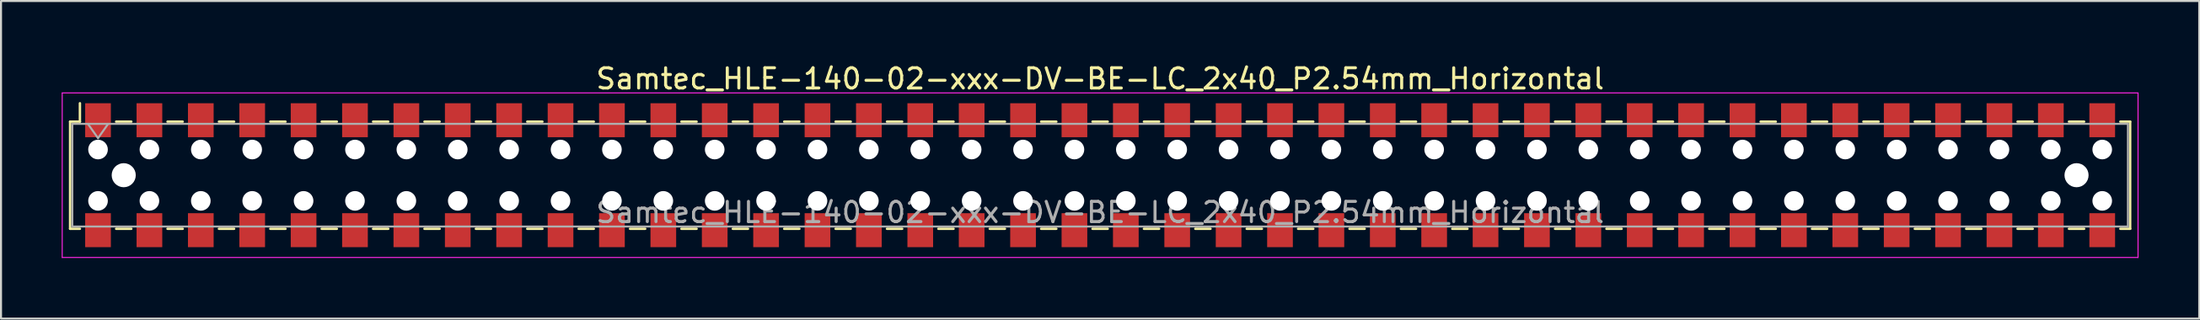
<source format=kicad_pcb>
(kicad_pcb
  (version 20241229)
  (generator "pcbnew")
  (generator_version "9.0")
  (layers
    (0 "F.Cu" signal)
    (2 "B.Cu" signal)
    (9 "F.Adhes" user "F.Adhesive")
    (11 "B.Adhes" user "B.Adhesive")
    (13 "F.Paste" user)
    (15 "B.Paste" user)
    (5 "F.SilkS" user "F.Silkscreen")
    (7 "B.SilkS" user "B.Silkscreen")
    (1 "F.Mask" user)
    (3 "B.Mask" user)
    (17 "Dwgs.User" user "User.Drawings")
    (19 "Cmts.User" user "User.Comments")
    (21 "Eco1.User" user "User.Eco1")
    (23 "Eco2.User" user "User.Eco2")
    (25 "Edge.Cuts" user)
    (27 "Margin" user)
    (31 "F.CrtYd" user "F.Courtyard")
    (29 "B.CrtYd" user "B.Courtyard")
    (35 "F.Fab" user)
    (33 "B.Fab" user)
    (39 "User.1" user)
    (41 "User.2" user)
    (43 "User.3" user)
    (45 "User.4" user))
  (footprint "Samtec_HLE-140-02-xxx-DV-BE-LC_2x40_P2.54mm_Horizontal"
    (layer "F.Cu")
    (at 51.325 5.618)
    (property "Reference" "Samtec_HLE-140-02-xxx-DV-BE-LC_2x40_P2.54mm_Horizontal" (at 0 -4.77 0) (layer "F.SilkS") (effects (font (size 1 1) (thickness 0.15))))
    (attr smd)
    (fp_line (start -50.91 -2.65) (end -50.91 2.65) (stroke (width 0.12) (type solid)) (layer "F.SilkS"))
    (fp_line (start -50.91 2.65) (end -50.425 2.65) (stroke (width 0.12) (type solid)) (layer "F.SilkS"))
    (fp_line (start -50.425 -3.56) (end -50.425 -2.65) (stroke (width 0.12) (type solid)) (layer "F.SilkS"))
    (fp_line (start -50.425 -2.65) (end -50.91 -2.65) (stroke (width 0.12) (type solid)) (layer "F.SilkS"))
    (fp_line (start -48.635 -2.65) (end -47.885 -2.65) (stroke (width 0.12) (type solid)) (layer "F.SilkS"))
    (fp_line (start -48.635 2.65) (end -47.885 2.65) (stroke (width 0.12) (type solid)) (layer "F.SilkS"))
    (fp_line (start -46.095 -2.65) (end -45.345 -2.65) (stroke (width 0.12) (type solid)) (layer "F.SilkS"))
    (fp_line (start -46.095 2.65) (end -45.345 2.65) (stroke (width 0.12) (type solid)) (layer "F.SilkS"))
    (fp_line (start -43.555 -2.65) (end -42.805 -2.65) (stroke (width 0.12) (type solid)) (layer "F.SilkS"))
    (fp_line (start -43.555 2.65) (end -42.805 2.65) (stroke (width 0.12) (type solid)) (layer "F.SilkS"))
    (fp_line (start -41.015 -2.65) (end -40.265 -2.65) (stroke (width 0.12) (type solid)) (layer "F.SilkS"))
    (fp_line (start -41.015 2.65) (end -40.265 2.65) (stroke (width 0.12) (type solid)) (layer "F.SilkS"))
    (fp_line (start -38.475 -2.65) (end -37.725 -2.65) (stroke (width 0.12) (type solid)) (layer "F.SilkS"))
    (fp_line (start -38.475 2.65) (end -37.725 2.65) (stroke (width 0.12) (type solid)) (layer "F.SilkS"))
    (fp_line (start -35.935 -2.65) (end -35.185 -2.65) (stroke (width 0.12) (type solid)) (layer "F.SilkS"))
    (fp_line (start -35.935 2.65) (end -35.185 2.65) (stroke (width 0.12) (type solid)) (layer "F.SilkS"))
    (fp_line (start -33.395 -2.65) (end -32.645 -2.65) (stroke (width 0.12) (type solid)) (layer "F.SilkS"))
    (fp_line (start -33.395 2.65) (end -32.645 2.65) (stroke (width 0.12) (type solid)) (layer "F.SilkS"))
    (fp_line (start -30.855 -2.65) (end -30.105 -2.65) (stroke (width 0.12) (type solid)) (layer "F.SilkS"))
    (fp_line (start -30.855 2.65) (end -30.105 2.65) (stroke (width 0.12) (type solid)) (layer "F.SilkS"))
    (fp_line (start -28.315 -2.65) (end -27.565 -2.65) (stroke (width 0.12) (type solid)) (layer "F.SilkS"))
    (fp_line (start -28.315 2.65) (end -27.565 2.65) (stroke (width 0.12) (type solid)) (layer "F.SilkS"))
    (fp_line (start -25.775 -2.65) (end -25.025 -2.65) (stroke (width 0.12) (type solid)) (layer "F.SilkS"))
    (fp_line (start -25.775 2.65) (end -25.025 2.65) (stroke (width 0.12) (type solid)) (layer "F.SilkS"))
    (fp_line (start -23.235 -2.65) (end -22.485 -2.65) (stroke (width 0.12) (type solid)) (layer "F.SilkS"))
    (fp_line (start -23.235 2.65) (end -22.485 2.65) (stroke (width 0.12) (type solid)) (layer "F.SilkS"))
    (fp_line (start -20.695 -2.65) (end -19.945 -2.65) (stroke (width 0.12) (type solid)) (layer "F.SilkS"))
    (fp_line (start -20.695 2.65) (end -19.945 2.65) (stroke (width 0.12) (type solid)) (layer "F.SilkS"))
    (fp_line (start -18.155 -2.65) (end -17.405 -2.65) (stroke (width 0.12) (type solid)) (layer "F.SilkS"))
    (fp_line (start -18.155 2.65) (end -17.405 2.65) (stroke (width 0.12) (type solid)) (layer "F.SilkS"))
    (fp_line (start -15.615 -2.65) (end -14.865 -2.65) (stroke (width 0.12) (type solid)) (layer "F.SilkS"))
    (fp_line (start -15.615 2.65) (end -14.865 2.65) (stroke (width 0.12) (type solid)) (layer "F.SilkS"))
    (fp_line (start -13.075 -2.65) (end -12.325 -2.65) (stroke (width 0.12) (type solid)) (layer "F.SilkS"))
    (fp_line (start -13.075 2.65) (end -12.325 2.65) (stroke (width 0.12) (type solid)) (layer "F.SilkS"))
    (fp_line (start -10.535 -2.65) (end -9.785 -2.65) (stroke (width 0.12) (type solid)) (layer "F.SilkS"))
    (fp_line (start -10.535 2.65) (end -9.785 2.65) (stroke (width 0.12) (type solid)) (layer "F.SilkS"))
    (fp_line (start -7.995 -2.65) (end -7.245 -2.65) (stroke (width 0.12) (type solid)) (layer "F.SilkS"))
    (fp_line (start -7.995 2.65) (end -7.245 2.65) (stroke (width 0.12) (type solid)) (layer "F.SilkS"))
    (fp_line (start -5.455 -2.65) (end -4.705 -2.65) (stroke (width 0.12) (type solid)) (layer "F.SilkS"))
    (fp_line (start -5.455 2.65) (end -4.705 2.65) (stroke (width 0.12) (type solid)) (layer "F.SilkS"))
    (fp_line (start -2.915 -2.65) (end -2.165 -2.65) (stroke (width 0.12) (type solid)) (layer "F.SilkS"))
    (fp_line (start -2.915 2.65) (end -2.165 2.65) (stroke (width 0.12) (type solid)) (layer "F.SilkS"))
    (fp_line (start -0.375 -2.65) (end 0.375 -2.65) (stroke (width 0.12) (type solid)) (layer "F.SilkS"))
    (fp_line (start -0.375 2.65) (end 0.375 2.65) (stroke (width 0.12) (type solid)) (layer "F.SilkS"))
    (fp_line (start 2.165 -2.65) (end 2.915 -2.65) (stroke (width 0.12) (type solid)) (layer "F.SilkS"))
    (fp_line (start 2.165 2.65) (end 2.915 2.65) (stroke (width 0.12) (type solid)) (layer "F.SilkS"))
    (fp_line (start 4.705 -2.65) (end 5.455 -2.65) (stroke (width 0.12) (type solid)) (layer "F.SilkS"))
    (fp_line (start 4.705 2.65) (end 5.455 2.65) (stroke (width 0.12) (type solid)) (layer "F.SilkS"))
    (fp_line (start 7.245 -2.65) (end 7.995 -2.65) (stroke (width 0.12) (type solid)) (layer "F.SilkS"))
    (fp_line (start 7.245 2.65) (end 7.995 2.65) (stroke (width 0.12) (type solid)) (layer "F.SilkS"))
    (fp_line (start 9.785 -2.65) (end 10.535 -2.65) (stroke (width 0.12) (type solid)) (layer "F.SilkS"))
    (fp_line (start 9.785 2.65) (end 10.535 2.65) (stroke (width 0.12) (type solid)) (layer "F.SilkS"))
    (fp_line (start 12.325 -2.65) (end 13.075 -2.65) (stroke (width 0.12) (type solid)) (layer "F.SilkS"))
    (fp_line (start 12.325 2.65) (end 13.075 2.65) (stroke (width 0.12) (type solid)) (layer "F.SilkS"))
    (fp_line (start 14.865 -2.65) (end 15.615 -2.65) (stroke (width 0.12) (type solid)) (layer "F.SilkS"))
    (fp_line (start 14.865 2.65) (end 15.615 2.65) (stroke (width 0.12) (type solid)) (layer "F.SilkS"))
    (fp_line (start 17.405 -2.65) (end 18.155 -2.65) (stroke (width 0.12) (type solid)) (layer "F.SilkS"))
    (fp_line (start 17.405 2.65) (end 18.155 2.65) (stroke (width 0.12) (type solid)) (layer "F.SilkS"))
    (fp_line (start 19.945 -2.65) (end 20.695 -2.65) (stroke (width 0.12) (type solid)) (layer "F.SilkS"))
    (fp_line (start 19.945 2.65) (end 20.695 2.65) (stroke (width 0.12) (type solid)) (layer "F.SilkS"))
    (fp_line (start 22.485 -2.65) (end 23.235 -2.65) (stroke (width 0.12) (type solid)) (layer "F.SilkS"))
    (fp_line (start 22.485 2.65) (end 23.235 2.65) (stroke (width 0.12) (type solid)) (layer "F.SilkS"))
    (fp_line (start 25.025 -2.65) (end 25.775 -2.65) (stroke (width 0.12) (type solid)) (layer "F.SilkS"))
    (fp_line (start 25.025 2.65) (end 25.775 2.65) (stroke (width 0.12) (type solid)) (layer "F.SilkS"))
    (fp_line (start 27.565 -2.65) (end 28.315 -2.65) (stroke (width 0.12) (type solid)) (layer "F.SilkS"))
    (fp_line (start 27.565 2.65) (end 28.315 2.65) (stroke (width 0.12) (type solid)) (layer "F.SilkS"))
    (fp_line (start 30.105 -2.65) (end 30.855 -2.65) (stroke (width 0.12) (type solid)) (layer "F.SilkS"))
    (fp_line (start 30.105 2.65) (end 30.855 2.65) (stroke (width 0.12) (type solid)) (layer "F.SilkS"))
    (fp_line (start 32.645 -2.65) (end 33.395 -2.65) (stroke (width 0.12) (type solid)) (layer "F.SilkS"))
    (fp_line (start 32.645 2.65) (end 33.395 2.65) (stroke (width 0.12) (type solid)) (layer "F.SilkS"))
    (fp_line (start 35.185 -2.65) (end 35.935 -2.65) (stroke (width 0.12) (type solid)) (layer "F.SilkS"))
    (fp_line (start 35.185 2.65) (end 35.935 2.65) (stroke (width 0.12) (type solid)) (layer "F.SilkS"))
    (fp_line (start 37.725 -2.65) (end 38.475 -2.65) (stroke (width 0.12) (type solid)) (layer "F.SilkS"))
    (fp_line (start 37.725 2.65) (end 38.475 2.65) (stroke (width 0.12) (type solid)) (layer "F.SilkS"))
    (fp_line (start 40.265 -2.65) (end 41.015 -2.65) (stroke (width 0.12) (type solid)) (layer "F.SilkS"))
    (fp_line (start 40.265 2.65) (end 41.015 2.65) (stroke (width 0.12) (type solid)) (layer "F.SilkS"))
    (fp_line (start 42.805 -2.65) (end 43.555 -2.65) (stroke (width 0.12) (type solid)) (layer "F.SilkS"))
    (fp_line (start 42.805 2.65) (end 43.555 2.65) (stroke (width 0.12) (type solid)) (layer "F.SilkS"))
    (fp_line (start 45.345 -2.65) (end 46.095 -2.65) (stroke (width 0.12) (type solid)) (layer "F.SilkS"))
    (fp_line (start 45.345 2.65) (end 46.095 2.65) (stroke (width 0.12) (type solid)) (layer "F.SilkS"))
    (fp_line (start 47.885 -2.65) (end 48.635 -2.65) (stroke (width 0.12) (type solid)) (layer "F.SilkS"))
    (fp_line (start 47.885 2.65) (end 48.635 2.65) (stroke (width 0.12) (type solid)) (layer "F.SilkS"))
    (fp_line (start 50.425 -2.65) (end 50.91 -2.65) (stroke (width 0.12) (type solid)) (layer "F.SilkS"))
    (fp_line (start 50.91 -2.65) (end 50.91 2.65) (stroke (width 0.12) (type solid)) (layer "F.SilkS"))
    (fp_line (start 50.91 2.65) (end 50.425 2.65) (stroke (width 0.12) (type solid)) (layer "F.SilkS"))
    (fp_line (start -51.3 -4.07) (end 51.3 -4.07) (stroke (width 0.05) (type solid)) (layer "F.CrtYd"))
    (fp_line (start -51.3 4.07) (end -51.3 -4.07) (stroke (width 0.05) (type solid)) (layer "F.CrtYd"))
    (fp_line (start 51.3 -4.07) (end 51.3 4.07) (stroke (width 0.05) (type solid)) (layer "F.CrtYd"))
    (fp_line (start 51.3 4.07) (end -51.3 4.07) (stroke (width 0.05) (type solid)) (layer "F.CrtYd"))
    (fp_line (start -50.8 -2.54) (end 50.8 -2.54) (stroke (width 0.1) (type solid)) (layer "F.Fab"))
    (fp_line (start -50.8 2.54) (end -50.8 -2.54) (stroke (width 0.1) (type solid)) (layer "F.Fab"))
    (fp_line (start -50.03 -2.54) (end -49.53 -1.833) (stroke (width 0.1) (type solid)) (layer "F.Fab"))
    (fp_line (start -49.53 -1.833) (end -49.03 -2.54) (stroke (width 0.1) (type solid)) (layer "F.Fab"))
    (fp_line (start 50.8 -2.54) (end 50.8 2.54) (stroke (width 0.1) (type solid)) (layer "F.Fab"))
    (fp_line (start 50.8 2.54) (end -50.8 2.54) (stroke (width 0.1) (type solid)) (layer "F.Fab"))
    (fp_text user "${REFERENCE}" (at 0 1.84 0) (layer "F.Fab") (effects (font (size 1 1) (thickness 0.15))))
    (pad "" np_thru_hole circle (at -49.53 -1.27) (size 0.97 0.97) (drill 0.97) (layers "*.Cu" "*.Mask"))
    (pad "" np_thru_hole circle (at -49.53 1.27) (size 0.97 0.97) (drill 0.97) (layers "*.Cu" "*.Mask"))
    (pad "" np_thru_hole circle (at -48.26 0) (size 1.19 1.19) (drill 1.19) (layers "*.Cu" "*.Mask"))
    (pad "" np_thru_hole circle (at -46.99 -1.27) (size 0.97 0.97) (drill 0.97) (layers "*.Cu" "*.Mask"))
    (pad "" np_thru_hole circle (at -46.99 1.27) (size 0.97 0.97) (drill 0.97) (layers "*.Cu" "*.Mask"))
    (pad "" np_thru_hole circle (at -44.45 -1.27) (size 0.97 0.97) (drill 0.97) (layers "*.Cu" "*.Mask"))
    (pad "" np_thru_hole circle (at -44.45 1.27) (size 0.97 0.97) (drill 0.97) (layers "*.Cu" "*.Mask"))
    (pad "" np_thru_hole circle (at -41.91 -1.27) (size 0.97 0.97) (drill 0.97) (layers "*.Cu" "*.Mask"))
    (pad "" np_thru_hole circle (at -41.91 1.27) (size 0.97 0.97) (drill 0.97) (layers "*.Cu" "*.Mask"))
    (pad "" np_thru_hole circle (at -39.37 -1.27) (size 0.97 0.97) (drill 0.97) (layers "*.Cu" "*.Mask"))
    (pad "" np_thru_hole circle (at -39.37 1.27) (size 0.97 0.97) (drill 0.97) (layers "*.Cu" "*.Mask"))
    (pad "" np_thru_hole circle (at -36.83 -1.27) (size 0.97 0.97) (drill 0.97) (layers "*.Cu" "*.Mask"))
    (pad "" np_thru_hole circle (at -36.83 1.27) (size 0.97 0.97) (drill 0.97) (layers "*.Cu" "*.Mask"))
    (pad "" np_thru_hole circle (at -34.29 -1.27) (size 0.97 0.97) (drill 0.97) (layers "*.Cu" "*.Mask"))
    (pad "" np_thru_hole circle (at -34.29 1.27) (size 0.97 0.97) (drill 0.97) (layers "*.Cu" "*.Mask"))
    (pad "" np_thru_hole circle (at -31.75 -1.27) (size 0.97 0.97) (drill 0.97) (layers "*.Cu" "*.Mask"))
    (pad "" np_thru_hole circle (at -31.75 1.27) (size 0.97 0.97) (drill 0.97) (layers "*.Cu" "*.Mask"))
    (pad "" np_thru_hole circle (at -29.21 -1.27) (size 0.97 0.97) (drill 0.97) (layers "*.Cu" "*.Mask"))
    (pad "" np_thru_hole circle (at -29.21 1.27) (size 0.97 0.97) (drill 0.97) (layers "*.Cu" "*.Mask"))
    (pad "" np_thru_hole circle (at -26.67 -1.27) (size 0.97 0.97) (drill 0.97) (layers "*.Cu" "*.Mask"))
    (pad "" np_thru_hole circle (at -26.67 1.27) (size 0.97 0.97) (drill 0.97) (layers "*.Cu" "*.Mask"))
    (pad "" np_thru_hole circle (at -24.13 -1.27) (size 0.97 0.97) (drill 0.97) (layers "*.Cu" "*.Mask"))
    (pad "" np_thru_hole circle (at -24.13 1.27) (size 0.97 0.97) (drill 0.97) (layers "*.Cu" "*.Mask"))
    (pad "" np_thru_hole circle (at -21.59 -1.27) (size 0.97 0.97) (drill 0.97) (layers "*.Cu" "*.Mask"))
    (pad "" np_thru_hole circle (at -21.59 1.27) (size 0.97 0.97) (drill 0.97) (layers "*.Cu" "*.Mask"))
    (pad "" np_thru_hole circle (at -19.05 -1.27) (size 0.97 0.97) (drill 0.97) (layers "*.Cu" "*.Mask"))
    (pad "" np_thru_hole circle (at -19.05 1.27) (size 0.97 0.97) (drill 0.97) (layers "*.Cu" "*.Mask"))
    (pad "" np_thru_hole circle (at -16.51 -1.27) (size 0.97 0.97) (drill 0.97) (layers "*.Cu" "*.Mask"))
    (pad "" np_thru_hole circle (at -16.51 1.27) (size 0.97 0.97) (drill 0.97) (layers "*.Cu" "*.Mask"))
    (pad "" np_thru_hole circle (at -13.97 -1.27) (size 0.97 0.97) (drill 0.97) (layers "*.Cu" "*.Mask"))
    (pad "" np_thru_hole circle (at -13.97 1.27) (size 0.97 0.97) (drill 0.97) (layers "*.Cu" "*.Mask"))
    (pad "" np_thru_hole circle (at -11.43 -1.27) (size 0.97 0.97) (drill 0.97) (layers "*.Cu" "*.Mask"))
    (pad "" np_thru_hole circle (at -11.43 1.27) (size 0.97 0.97) (drill 0.97) (layers "*.Cu" "*.Mask"))
    (pad "" np_thru_hole circle (at -8.89 -1.27) (size 0.97 0.97) (drill 0.97) (layers "*.Cu" "*.Mask"))
    (pad "" np_thru_hole circle (at -8.89 1.27) (size 0.97 0.97) (drill 0.97) (layers "*.Cu" "*.Mask"))
    (pad "" np_thru_hole circle (at -6.35 -1.27) (size 0.97 0.97) (drill 0.97) (layers "*.Cu" "*.Mask"))
    (pad "" np_thru_hole circle (at -6.35 1.27) (size 0.97 0.97) (drill 0.97) (layers "*.Cu" "*.Mask"))
    (pad "" np_thru_hole circle (at -3.81 -1.27) (size 0.97 0.97) (drill 0.97) (layers "*.Cu" "*.Mask"))
    (pad "" np_thru_hole circle (at -3.81 1.27) (size 0.97 0.97) (drill 0.97) (layers "*.Cu" "*.Mask"))
    (pad "" np_thru_hole circle (at -1.27 -1.27) (size 0.97 0.97) (drill 0.97) (layers "*.Cu" "*.Mask"))
    (pad "" np_thru_hole circle (at -1.27 1.27) (size 0.97 0.97) (drill 0.97) (layers "*.Cu" "*.Mask"))
    (pad "" np_thru_hole circle (at 1.27 -1.27) (size 0.97 0.97) (drill 0.97) (layers "*.Cu" "*.Mask"))
    (pad "" np_thru_hole circle (at 1.27 1.27) (size 0.97 0.97) (drill 0.97) (layers "*.Cu" "*.Mask"))
    (pad "" np_thru_hole circle (at 3.81 -1.27) (size 0.97 0.97) (drill 0.97) (layers "*.Cu" "*.Mask"))
    (pad "" np_thru_hole circle (at 3.81 1.27) (size 0.97 0.97) (drill 0.97) (layers "*.Cu" "*.Mask"))
    (pad "" np_thru_hole circle (at 6.35 -1.27) (size 0.97 0.97) (drill 0.97) (layers "*.Cu" "*.Mask"))
    (pad "" np_thru_hole circle (at 6.35 1.27) (size 0.97 0.97) (drill 0.97) (layers "*.Cu" "*.Mask"))
    (pad "" np_thru_hole circle (at 8.89 -1.27) (size 0.97 0.97) (drill 0.97) (layers "*.Cu" "*.Mask"))
    (pad "" np_thru_hole circle (at 8.89 1.27) (size 0.97 0.97) (drill 0.97) (layers "*.Cu" "*.Mask"))
    (pad "" np_thru_hole circle (at 11.43 -1.27) (size 0.97 0.97) (drill 0.97) (layers "*.Cu" "*.Mask"))
    (pad "" np_thru_hole circle (at 11.43 1.27) (size 0.97 0.97) (drill 0.97) (layers "*.Cu" "*.Mask"))
    (pad "" np_thru_hole circle (at 13.97 -1.27) (size 0.97 0.97) (drill 0.97) (layers "*.Cu" "*.Mask"))
    (pad "" np_thru_hole circle (at 13.97 1.27) (size 0.97 0.97) (drill 0.97) (layers "*.Cu" "*.Mask"))
    (pad "" np_thru_hole circle (at 16.51 -1.27) (size 0.97 0.97) (drill 0.97) (layers "*.Cu" "*.Mask"))
    (pad "" np_thru_hole circle (at 16.51 1.27) (size 0.97 0.97) (drill 0.97) (layers "*.Cu" "*.Mask"))
    (pad "" np_thru_hole circle (at 19.05 -1.27) (size 0.97 0.97) (drill 0.97) (layers "*.Cu" "*.Mask"))
    (pad "" np_thru_hole circle (at 19.05 1.27) (size 0.97 0.97) (drill 0.97) (layers "*.Cu" "*.Mask"))
    (pad "" np_thru_hole circle (at 21.59 -1.27) (size 0.97 0.97) (drill 0.97) (layers "*.Cu" "*.Mask"))
    (pad "" np_thru_hole circle (at 21.59 1.27) (size 0.97 0.97) (drill 0.97) (layers "*.Cu" "*.Mask"))
    (pad "" np_thru_hole circle (at 24.13 -1.27) (size 0.97 0.97) (drill 0.97) (layers "*.Cu" "*.Mask"))
    (pad "" np_thru_hole circle (at 24.13 1.27) (size 0.97 0.97) (drill 0.97) (layers "*.Cu" "*.Mask"))
    (pad "" np_thru_hole circle (at 26.67 -1.27) (size 0.97 0.97) (drill 0.97) (layers "*.Cu" "*.Mask"))
    (pad "" np_thru_hole circle (at 26.67 1.27) (size 0.97 0.97) (drill 0.97) (layers "*.Cu" "*.Mask"))
    (pad "" np_thru_hole circle (at 29.21 -1.27) (size 0.97 0.97) (drill 0.97) (layers "*.Cu" "*.Mask"))
    (pad "" np_thru_hole circle (at 29.21 1.27) (size 0.97 0.97) (drill 0.97) (layers "*.Cu" "*.Mask"))
    (pad "" np_thru_hole circle (at 31.75 -1.27) (size 0.97 0.97) (drill 0.97) (layers "*.Cu" "*.Mask"))
    (pad "" np_thru_hole circle (at 31.75 1.27) (size 0.97 0.97) (drill 0.97) (layers "*.Cu" "*.Mask"))
    (pad "" np_thru_hole circle (at 34.29 -1.27) (size 0.97 0.97) (drill 0.97) (layers "*.Cu" "*.Mask"))
    (pad "" np_thru_hole circle (at 34.29 1.27) (size 0.97 0.97) (drill 0.97) (layers "*.Cu" "*.Mask"))
    (pad "" np_thru_hole circle (at 36.83 -1.27) (size 0.97 0.97) (drill 0.97) (layers "*.Cu" "*.Mask"))
    (pad "" np_thru_hole circle (at 36.83 1.27) (size 0.97 0.97) (drill 0.97) (layers "*.Cu" "*.Mask"))
    (pad "" np_thru_hole circle (at 39.37 -1.27) (size 0.97 0.97) (drill 0.97) (layers "*.Cu" "*.Mask"))
    (pad "" np_thru_hole circle (at 39.37 1.27) (size 0.97 0.97) (drill 0.97) (layers "*.Cu" "*.Mask"))
    (pad "" np_thru_hole circle (at 41.91 -1.27) (size 0.97 0.97) (drill 0.97) (layers "*.Cu" "*.Mask"))
    (pad "" np_thru_hole circle (at 41.91 1.27) (size 0.97 0.97) (drill 0.97) (layers "*.Cu" "*.Mask"))
    (pad "" np_thru_hole circle (at 44.45 -1.27) (size 0.97 0.97) (drill 0.97) (layers "*.Cu" "*.Mask"))
    (pad "" np_thru_hole circle (at 44.45 1.27) (size 0.97 0.97) (drill 0.97) (layers "*.Cu" "*.Mask"))
    (pad "" np_thru_hole circle (at 46.99 -1.27) (size 0.97 0.97) (drill 0.97) (layers "*.Cu" "*.Mask"))
    (pad "" np_thru_hole circle (at 46.99 1.27) (size 0.97 0.97) (drill 0.97) (layers "*.Cu" "*.Mask"))
    (pad "" np_thru_hole circle (at 48.26 0) (size 1.19 1.19) (drill 1.19) (layers "*.Cu" "*.Mask"))
    (pad "" np_thru_hole circle (at 49.53 -1.27) (size 0.97 0.97) (drill 0.97) (layers "*.Cu" "*.Mask"))
    (pad "" np_thru_hole circle (at 49.53 1.27) (size 0.97 0.97) (drill 0.97) (layers "*.Cu" "*.Mask"))
    (pad "1" smd rect (at -49.53 -2.72) (size 1.27 1.68) (layers "F.Cu" "F.Mask" "F.Paste"))
    (pad "2" smd rect (at -49.53 2.72) (size 1.27 1.68) (layers "F.Cu" "F.Mask" "F.Paste"))
    (pad "3" smd rect (at -46.99 -2.72) (size 1.27 1.68) (layers "F.Cu" "F.Mask" "F.Paste"))
    (pad "4" smd rect (at -46.99 2.72) (size 1.27 1.68) (layers "F.Cu" "F.Mask" "F.Paste"))
    (pad "5" smd rect (at -44.45 -2.72) (size 1.27 1.68) (layers "F.Cu" "F.Mask" "F.Paste"))
    (pad "6" smd rect (at -44.45 2.72) (size 1.27 1.68) (layers "F.Cu" "F.Mask" "F.Paste"))
    (pad "7" smd rect (at -41.91 -2.72) (size 1.27 1.68) (layers "F.Cu" "F.Mask" "F.Paste"))
    (pad "8" smd rect (at -41.91 2.72) (size 1.27 1.68) (layers "F.Cu" "F.Mask" "F.Paste"))
    (pad "9" smd rect (at -39.37 -2.72) (size 1.27 1.68) (layers "F.Cu" "F.Mask" "F.Paste"))
    (pad "10" smd rect (at -39.37 2.72) (size 1.27 1.68) (layers "F.Cu" "F.Mask" "F.Paste"))
    (pad "11" smd rect (at -36.83 -2.72) (size 1.27 1.68) (layers "F.Cu" "F.Mask" "F.Paste"))
    (pad "12" smd rect (at -36.83 2.72) (size 1.27 1.68) (layers "F.Cu" "F.Mask" "F.Paste"))
    (pad "13" smd rect (at -34.29 -2.72) (size 1.27 1.68) (layers "F.Cu" "F.Mask" "F.Paste"))
    (pad "14" smd rect (at -34.29 2.72) (size 1.27 1.68) (layers "F.Cu" "F.Mask" "F.Paste"))
    (pad "15" smd rect (at -31.75 -2.72) (size 1.27 1.68) (layers "F.Cu" "F.Mask" "F.Paste"))
    (pad "16" smd rect (at -31.75 2.72) (size 1.27 1.68) (layers "F.Cu" "F.Mask" "F.Paste"))
    (pad "17" smd rect (at -29.21 -2.72) (size 1.27 1.68) (layers "F.Cu" "F.Mask" "F.Paste"))
    (pad "18" smd rect (at -29.21 2.72) (size 1.27 1.68) (layers "F.Cu" "F.Mask" "F.Paste"))
    (pad "19" smd rect (at -26.67 -2.72) (size 1.27 1.68) (layers "F.Cu" "F.Mask" "F.Paste"))
    (pad "20" smd rect (at -26.67 2.72) (size 1.27 1.68) (layers "F.Cu" "F.Mask" "F.Paste"))
    (pad "21" smd rect (at -24.13 -2.72) (size 1.27 1.68) (layers "F.Cu" "F.Mask" "F.Paste"))
    (pad "22" smd rect (at -24.13 2.72) (size 1.27 1.68) (layers "F.Cu" "F.Mask" "F.Paste"))
    (pad "23" smd rect (at -21.59 -2.72) (size 1.27 1.68) (layers "F.Cu" "F.Mask" "F.Paste"))
    (pad "24" smd rect (at -21.59 2.72) (size 1.27 1.68) (layers "F.Cu" "F.Mask" "F.Paste"))
    (pad "25" smd rect (at -19.05 -2.72) (size 1.27 1.68) (layers "F.Cu" "F.Mask" "F.Paste"))
    (pad "26" smd rect (at -19.05 2.72) (size 1.27 1.68) (layers "F.Cu" "F.Mask" "F.Paste"))
    (pad "27" smd rect (at -16.51 -2.72) (size 1.27 1.68) (layers "F.Cu" "F.Mask" "F.Paste"))
    (pad "28" smd rect (at -16.51 2.72) (size 1.27 1.68) (layers "F.Cu" "F.Mask" "F.Paste"))
    (pad "29" smd rect (at -13.97 -2.72) (size 1.27 1.68) (layers "F.Cu" "F.Mask" "F.Paste"))
    (pad "30" smd rect (at -13.97 2.72) (size 1.27 1.68) (layers "F.Cu" "F.Mask" "F.Paste"))
    (pad "31" smd rect (at -11.43 -2.72) (size 1.27 1.68) (layers "F.Cu" "F.Mask" "F.Paste"))
    (pad "32" smd rect (at -11.43 2.72) (size 1.27 1.68) (layers "F.Cu" "F.Mask" "F.Paste"))
    (pad "33" smd rect (at -8.89 -2.72) (size 1.27 1.68) (layers "F.Cu" "F.Mask" "F.Paste"))
    (pad "34" smd rect (at -8.89 2.72) (size 1.27 1.68) (layers "F.Cu" "F.Mask" "F.Paste"))
    (pad "35" smd rect (at -6.35 -2.72) (size 1.27 1.68) (layers "F.Cu" "F.Mask" "F.Paste"))
    (pad "36" smd rect (at -6.35 2.72) (size 1.27 1.68) (layers "F.Cu" "F.Mask" "F.Paste"))
    (pad "37" smd rect (at -3.81 -2.72) (size 1.27 1.68) (layers "F.Cu" "F.Mask" "F.Paste"))
    (pad "38" smd rect (at -3.81 2.72) (size 1.27 1.68) (layers "F.Cu" "F.Mask" "F.Paste"))
    (pad "39" smd rect (at -1.27 -2.72) (size 1.27 1.68) (layers "F.Cu" "F.Mask" "F.Paste"))
    (pad "40" smd rect (at -1.27 2.72) (size 1.27 1.68) (layers "F.Cu" "F.Mask" "F.Paste"))
    (pad "41" smd rect (at 1.27 -2.72) (size 1.27 1.68) (layers "F.Cu" "F.Mask" "F.Paste"))
    (pad "42" smd rect (at 1.27 2.72) (size 1.27 1.68) (layers "F.Cu" "F.Mask" "F.Paste"))
    (pad "43" smd rect (at 3.81 -2.72) (size 1.27 1.68) (layers "F.Cu" "F.Mask" "F.Paste"))
    (pad "44" smd rect (at 3.81 2.72) (size 1.27 1.68) (layers "F.Cu" "F.Mask" "F.Paste"))
    (pad "45" smd rect (at 6.35 -2.72) (size 1.27 1.68) (layers "F.Cu" "F.Mask" "F.Paste"))
    (pad "46" smd rect (at 6.35 2.72) (size 1.27 1.68) (layers "F.Cu" "F.Mask" "F.Paste"))
    (pad "47" smd rect (at 8.89 -2.72) (size 1.27 1.68) (layers "F.Cu" "F.Mask" "F.Paste"))
    (pad "48" smd rect (at 8.89 2.72) (size 1.27 1.68) (layers "F.Cu" "F.Mask" "F.Paste"))
    (pad "49" smd rect (at 11.43 -2.72) (size 1.27 1.68) (layers "F.Cu" "F.Mask" "F.Paste"))
    (pad "50" smd rect (at 11.43 2.72) (size 1.27 1.68) (layers "F.Cu" "F.Mask" "F.Paste"))
    (pad "51" smd rect (at 13.97 -2.72) (size 1.27 1.68) (layers "F.Cu" "F.Mask" "F.Paste"))
    (pad "52" smd rect (at 13.97 2.72) (size 1.27 1.68) (layers "F.Cu" "F.Mask" "F.Paste"))
    (pad "53" smd rect (at 16.51 -2.72) (size 1.27 1.68) (layers "F.Cu" "F.Mask" "F.Paste"))
    (pad "54" smd rect (at 16.51 2.72) (size 1.27 1.68) (layers "F.Cu" "F.Mask" "F.Paste"))
    (pad "55" smd rect (at 19.05 -2.72) (size 1.27 1.68) (layers "F.Cu" "F.Mask" "F.Paste"))
    (pad "56" smd rect (at 19.05 2.72) (size 1.27 1.68) (layers "F.Cu" "F.Mask" "F.Paste"))
    (pad "57" smd rect (at 21.59 -2.72) (size 1.27 1.68) (layers "F.Cu" "F.Mask" "F.Paste"))
    (pad "58" smd rect (at 21.59 2.72) (size 1.27 1.68) (layers "F.Cu" "F.Mask" "F.Paste"))
    (pad "59" smd rect (at 24.13 -2.72) (size 1.27 1.68) (layers "F.Cu" "F.Mask" "F.Paste"))
    (pad "60" smd rect (at 24.13 2.72) (size 1.27 1.68) (layers "F.Cu" "F.Mask" "F.Paste"))
    (pad "61" smd rect (at 26.67 -2.72) (size 1.27 1.68) (layers "F.Cu" "F.Mask" "F.Paste"))
    (pad "62" smd rect (at 26.67 2.72) (size 1.27 1.68) (layers "F.Cu" "F.Mask" "F.Paste"))
    (pad "63" smd rect (at 29.21 -2.72) (size 1.27 1.68) (layers "F.Cu" "F.Mask" "F.Paste"))
    (pad "64" smd rect (at 29.21 2.72) (size 1.27 1.68) (layers "F.Cu" "F.Mask" "F.Paste"))
    (pad "65" smd rect (at 31.75 -2.72) (size 1.27 1.68) (layers "F.Cu" "F.Mask" "F.Paste"))
    (pad "66" smd rect (at 31.75 2.72) (size 1.27 1.68) (layers "F.Cu" "F.Mask" "F.Paste"))
    (pad "67" smd rect (at 34.29 -2.72) (size 1.27 1.68) (layers "F.Cu" "F.Mask" "F.Paste"))
    (pad "68" smd rect (at 34.29 2.72) (size 1.27 1.68) (layers "F.Cu" "F.Mask" "F.Paste"))
    (pad "69" smd rect (at 36.83 -2.72) (size 1.27 1.68) (layers "F.Cu" "F.Mask" "F.Paste"))
    (pad "70" smd rect (at 36.83 2.72) (size 1.27 1.68) (layers "F.Cu" "F.Mask" "F.Paste"))
    (pad "71" smd rect (at 39.37 -2.72) (size 1.27 1.68) (layers "F.Cu" "F.Mask" "F.Paste"))
    (pad "72" smd rect (at 39.37 2.72) (size 1.27 1.68) (layers "F.Cu" "F.Mask" "F.Paste"))
    (pad "73" smd rect (at 41.91 -2.72) (size 1.27 1.68) (layers "F.Cu" "F.Mask" "F.Paste"))
    (pad "74" smd rect (at 41.91 2.72) (size 1.27 1.68) (layers "F.Cu" "F.Mask" "F.Paste"))
    (pad "75" smd rect (at 44.45 -2.72) (size 1.27 1.68) (layers "F.Cu" "F.Mask" "F.Paste"))
    (pad "76" smd rect (at 44.45 2.72) (size 1.27 1.68) (layers "F.Cu" "F.Mask" "F.Paste"))
    (pad "77" smd rect (at 46.99 -2.72) (size 1.27 1.68) (layers "F.Cu" "F.Mask" "F.Paste"))
    (pad "78" smd rect (at 46.99 2.72) (size 1.27 1.68) (layers "F.Cu" "F.Mask" "F.Paste"))
    (pad "79" smd rect (at 49.53 -2.72) (size 1.27 1.68) (layers "F.Cu" "F.Mask" "F.Paste"))
    (pad "80" smd rect (at 49.53 2.72) (size 1.27 1.68) (layers "F.Cu" "F.Mask" "F.Paste")))
  (gr_rect
    (start -3 -3)
    (end 105.65 12.713)
    (stroke (width 0.1) (type default))
    (fill no)
    (layer "Edge.Cuts")))
</source>
